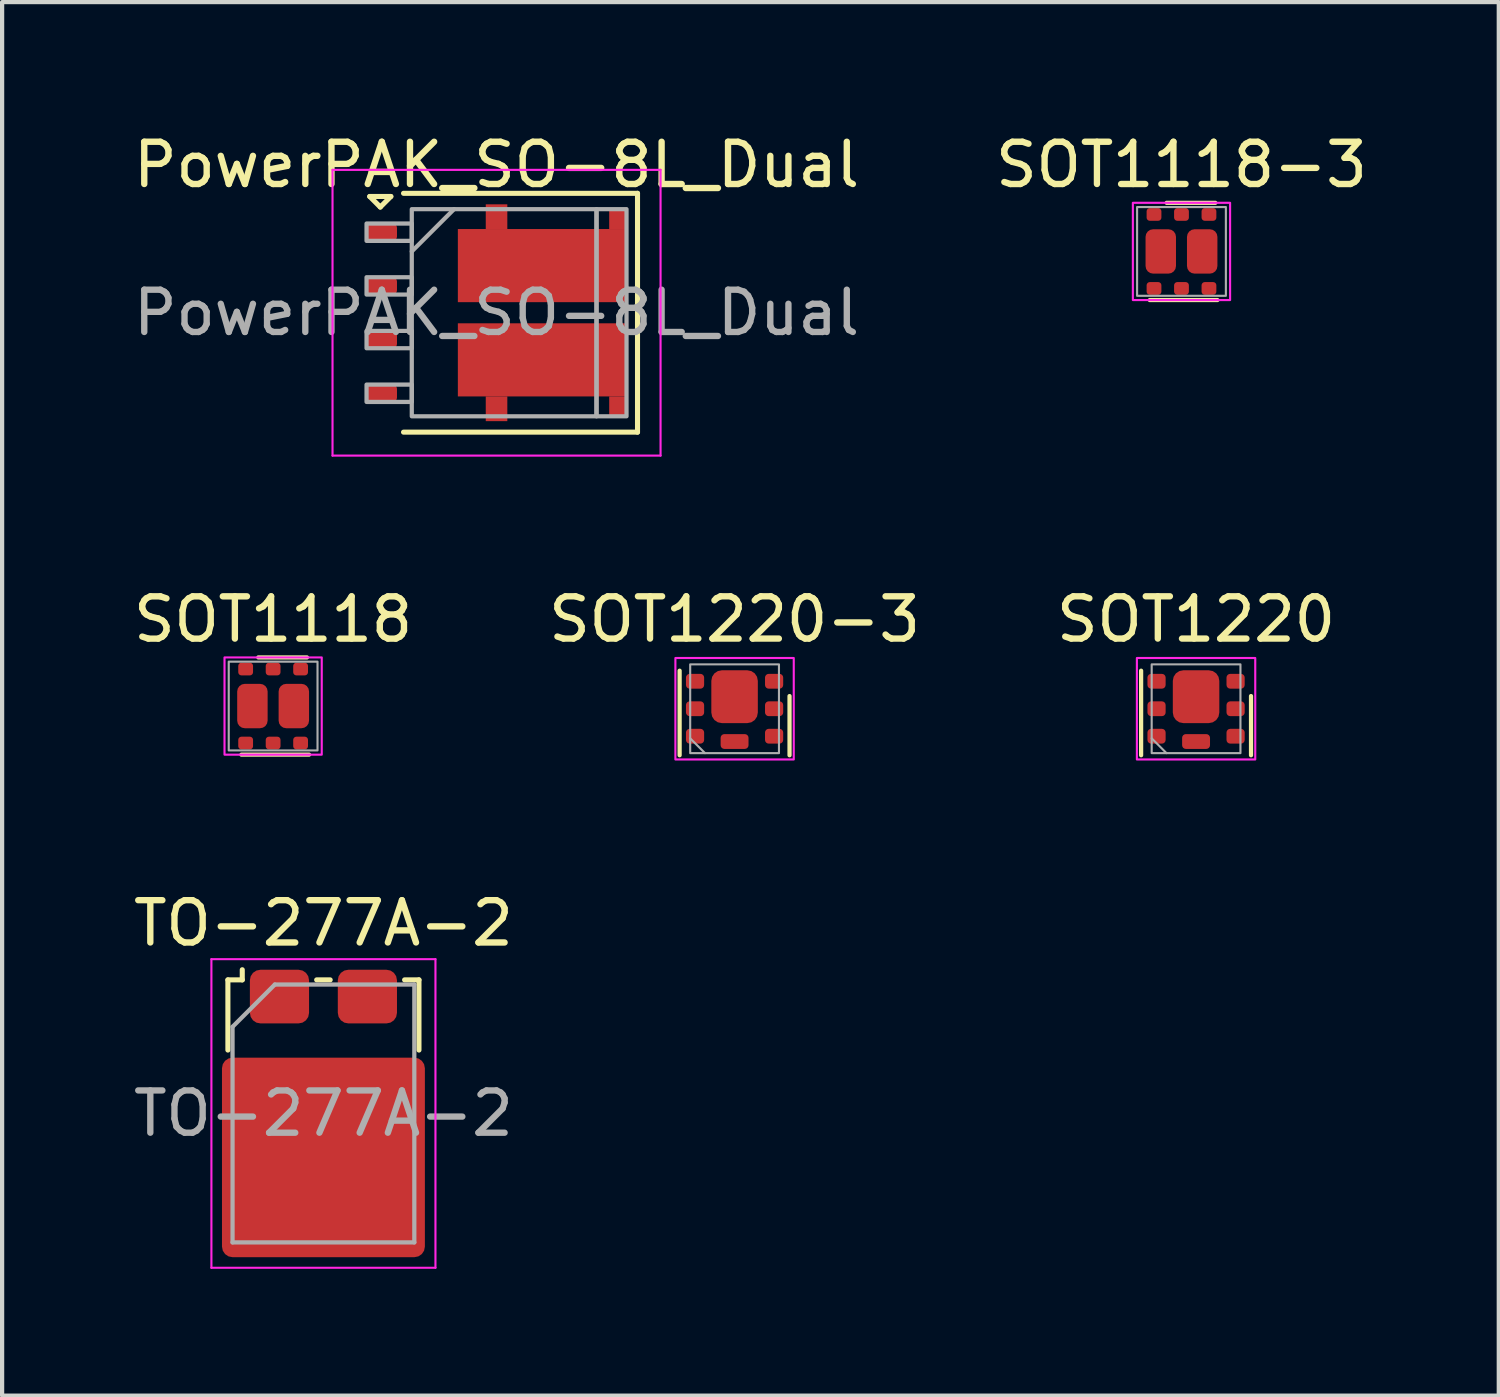
<source format=kicad_pcb>
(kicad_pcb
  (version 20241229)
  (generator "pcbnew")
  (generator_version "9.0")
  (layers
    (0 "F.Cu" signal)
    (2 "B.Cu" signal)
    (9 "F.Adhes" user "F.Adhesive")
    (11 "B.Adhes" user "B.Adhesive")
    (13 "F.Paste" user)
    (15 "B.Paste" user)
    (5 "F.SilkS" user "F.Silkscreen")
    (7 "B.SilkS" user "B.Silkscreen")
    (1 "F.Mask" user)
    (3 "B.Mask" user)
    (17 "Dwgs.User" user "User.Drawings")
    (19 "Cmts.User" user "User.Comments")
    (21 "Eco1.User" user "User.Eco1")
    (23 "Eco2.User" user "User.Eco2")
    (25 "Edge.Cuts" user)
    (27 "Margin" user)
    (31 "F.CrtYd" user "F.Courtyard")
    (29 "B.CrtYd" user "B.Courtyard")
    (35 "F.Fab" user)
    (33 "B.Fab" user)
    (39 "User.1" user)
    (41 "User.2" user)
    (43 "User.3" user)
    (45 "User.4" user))
  (footprint "TO-277A-2"
    (layer "F.Cu")
    (at 4.601 23.29)
    (property "Reference" "TO-277A-2" (at 0 -4.5 180) (layer "F.SilkS") (effects (font (size 1 1) (thickness 0.15))))
    (attr smd)
    (fp_line (start -2.26 -3.16) (end -2.26 -1.5) (stroke (width 0.12) (type solid)) (layer "F.SilkS"))
    (fp_line (start -1.92 -3.4) (end -1.92 -3.16) (stroke (width 0.12) (type solid)) (layer "F.SilkS"))
    (fp_line (start -1.92 -3.16) (end -2.26 -3.16) (stroke (width 0.12) (type solid)) (layer "F.SilkS"))
    (fp_line (start -0.16 -3.16) (end 0.16 -3.16) (stroke (width 0.12) (type solid)) (layer "F.SilkS"))
    (fp_line (start 2.26 -3.16) (end 1.92 -3.16) (stroke (width 0.12) (type solid)) (layer "F.SilkS"))
    (fp_line (start 2.26 -1.5) (end 2.26 -3.16) (stroke (width 0.12) (type solid)) (layer "F.SilkS"))
    (fp_line (start -2.65 -3.65) (end -2.65 3.65) (stroke (width 0.05) (type solid)) (layer "F.CrtYd"))
    (fp_line (start -2.65 -3.65) (end 2.65 -3.65) (stroke (width 0.05) (type solid)) (layer "F.CrtYd"))
    (fp_line (start 2.65 3.65) (end -2.65 3.65) (stroke (width 0.05) (type solid)) (layer "F.CrtYd"))
    (fp_line (start 2.65 3.65) (end 2.65 -3.65) (stroke (width 0.05) (type solid)) (layer "F.CrtYd"))
    (fp_line (start -2.15 -2.05) (end -2.15 3.05) (stroke (width 0.1) (type solid)) (layer "F.Fab"))
    (fp_line (start -2.15 3.05) (end 2.15 3.05) (stroke (width 0.1) (type solid)) (layer "F.Fab"))
    (fp_line (start -1.15 -3.05) (end -2.15 -2.05) (stroke (width 0.1) (type solid)) (layer "F.Fab"))
    (fp_line (start 2.15 -3.05) (end -1.15 -3.05) (stroke (width 0.1) (type solid)) (layer "F.Fab"))
    (fp_line (start 2.15 3.05) (end 2.15 -3.05) (stroke (width 0.1) (type solid)) (layer "F.Fab"))
    (fp_text user "${REFERENCE}" (at 0 0 0) (layer "F.Fab") (effects (font (size 1 1) (thickness 0.15))))
    (pad "" smd rect (at -1.7 -0.65 180) (size 1.25 1.2) (layers "F.Paste"))
    (pad "" smd rect (at -1.7 1.04) (size 1.25 1.2) (layers "F.Paste"))
    (pad "" smd rect (at -1.7 2.7) (size 1.25 1.2) (layers "F.Paste"))
    (pad "" smd rect (at 0 -0.65) (size 1.25 1.2) (layers "F.Paste"))
    (pad "" smd rect (at 0 1.04) (size 1.25 1.2) (layers "F.Paste"))
    (pad "" smd rect (at 0 2.7) (size 1.25 1.2) (layers "F.Paste"))
    (pad "" smd rect (at 1.7 -0.65) (size 1.25 1.2) (layers "F.Paste"))
    (pad "" smd rect (at 1.7 1.04) (size 1.25 1.2) (layers "F.Paste"))
    (pad "" smd rect (at 1.7 2.7) (size 1.25 1.2) (layers "F.Paste"))
    (pad "1" smd roundrect (at 0 1.04) (size 4.8 4.72) (layers "F.Cu" "F.Mask") (roundrect_rratio 0.053))
    (pad "2" smd roundrect (at -1.04 -2.765) (size 1.4 1.27) (layers "F.Cu" "F.Mask" "F.Paste") (roundrect_rratio 0.197))
    (pad "2" smd roundrect (at 1.04 -2.765) (size 1.4 1.27) (layers "F.Cu" "F.Mask" "F.Paste") (roundrect_rratio 0.197)))
  (footprint "SOT1118"
    (layer "F.Cu")
    (at 3.411 13.652)
    (property "Reference" "SOT1118" (at 0 -2.05 0) (unlocked yes) (layer "F.SilkS") (effects (font (size 1 1) (thickness 0.15))))
    (attr smd)
    (fp_line (start 0.8 -1.15) (end -0.35 -1.15) (stroke (width 0.1) (type default)) (layer "F.SilkS"))
    (fp_line (start 0.85 1.15) (end -0.75 1.15) (stroke (width 0.1) (type default)) (layer "F.SilkS"))
    (fp_rect (start -1.15 -1.15) (end 1.15 1.15) (stroke (width 0.05) (type default)) (fill no) (layer "F.CrtYd"))
    (fp_rect (start -1.05 -1.05) (end 1.05 1.05) (stroke (width 0.05) (type default)) (fill no) (layer "F.Fab"))
    (pad "1" smd roundrect (at -0.65 0.875 90) (size 0.3 0.35) (layers "F.Cu" "F.Mask" "F.Paste") (roundrect_rratio 0.25))
    (pad "2" smd roundrect (at 0 0.875 90) (size 0.3 0.35) (layers "F.Cu" "F.Mask" "F.Paste") (roundrect_rratio 0.25))
    (pad "3" smd roundrect (at 0.65 0.875 90) (size 0.3 0.35) (layers "F.Cu" "F.Mask" "F.Paste") (roundrect_rratio 0.25))
    (pad "4" smd roundrect (at 0.65 -0.875 90) (size 0.3 0.35) (layers "F.Cu" "F.Mask" "F.Paste") (roundrect_rratio 0.25))
    (pad "5" smd roundrect (at 0 -0.875 90) (size 0.3 0.35) (layers "F.Cu" "F.Mask" "F.Paste") (roundrect_rratio 0.25))
    (pad "6" smd roundrect (at -0.65 -0.875 90) (size 0.3 0.35) (layers "F.Cu" "F.Mask" "F.Paste") (roundrect_rratio 0.25))
    (pad "7" smd roundrect (at -0.49 0) (size 0.72 1.05) (layers "F.Cu" "F.Mask" "F.Paste") (roundrect_rratio 0.25))
    (pad "8" smd roundrect (at 0.49 0) (size 0.72 1.05) (layers "F.Cu" "F.Mask" "F.Paste") (roundrect_rratio 0.25)))
  (footprint "PowerPAK_SO-8L_Dual"
    (layer "F.Cu")
    (at 8.696 4.348)
    (property "Reference" "PowerPAK_SO-8L_Dual" (at 0 -3.5 0) (layer "F.SilkS") (effects (font (size 1 1) (thickness 0.15))))
    (attr smd)
    (fp_line (start -3 -2.75) (end -2.5 -2.75) (stroke (width 0.12) (type default)) (layer "F.SilkS"))
    (fp_line (start -2.75 -2.5) (end -3 -2.75) (stroke (width 0.12) (type default)) (layer "F.SilkS"))
    (fp_line (start -2.5 -2.75) (end -2.75 -2.5) (stroke (width 0.12) (type default)) (layer "F.SilkS"))
    (fp_line (start -2.2 -2.825) (end 3.335 -2.825) (stroke (width 0.12) (type solid)) (layer "F.SilkS"))
    (fp_line (start -2.2 2.825) (end 3.335 2.825) (stroke (width 0.12) (type solid)) (layer "F.SilkS"))
    (fp_line (start 3.335 -2.825) (end 3.335 2.825) (stroke (width 0.12) (type solid)) (layer "F.SilkS"))
    (fp_line (start -3.88 -3.38) (end -3.88 3.38) (stroke (width 0.05) (type solid)) (layer "F.CrtYd"))
    (fp_line (start -3.88 -3.38) (end 3.88 -3.38) (stroke (width 0.05) (type solid)) (layer "F.CrtYd"))
    (fp_line (start -3.88 3.38) (end 3.88 3.38) (stroke (width 0.05) (type solid)) (layer "F.CrtYd"))
    (fp_line (start 3.88 -3.38) (end 3.88 3.38) (stroke (width 0.05) (type solid)) (layer "F.CrtYd"))
    (fp_line (start -2.005 -1.45) (end -1.005 -2.45) (stroke (width 0.1) (type default)) (layer "F.Fab"))
    (fp_rect (start -3.075 -2.11) (end -2.005 -1.7) (stroke (width 0.1) (type default)) (fill no) (layer "F.Fab"))
    (fp_rect (start -3.075 -0.84) (end -2.005 -0.43) (stroke (width 0.1) (type default)) (fill no) (layer "F.Fab"))
    (fp_rect (start -3.075 0.43) (end -2.005 0.84) (stroke (width 0.1) (type default)) (fill no) (layer "F.Fab"))
    (fp_rect (start -3.075 1.7) (end -2.005 2.11) (stroke (width 0.1) (type default)) (fill no) (layer "F.Fab"))
    (fp_rect (start -2.005 -2.45) (end 2.365 2.45) (stroke (width 0.1) (type default)) (fill no) (layer "F.Fab"))
    (fp_rect (start 2.365 -2.45) (end 3.075 2.45) (stroke (width 0.1) (type default)) (fill no) (layer "F.Fab"))
    (fp_text user "${REFERENCE}" (at 0 0 0) (layer "F.Fab") (effects (font (size 1 1) (thickness 0.15))))
    (pad "" smd roundrect (at -0.01 1.1) (size 1.645 1.4) (layers "F.Paste") (roundrect_rratio 0.25))
    (pad "" smd roundrect (at 0 -1.1) (size 1.645 1.4) (layers "F.Paste") (roundrect_rratio 0.25))
    (pad "" smd roundrect (at 2.1 -1.1) (size 1.645 1.4) (layers "F.Paste") (roundrect_rratio 0.25))
    (pad "" smd roundrect (at 2.1 1.1) (size 1.645 1.4) (layers "F.Paste") (roundrect_rratio 0.25))
    (pad "1" smd roundrect (at -2.715 -1.905) (size 0.72 0.41) (layers "F.Cu" "F.Mask" "F.Paste") (roundrect_rratio 0.25))
    (pad "2" smd roundrect (at -2.715 -0.635) (size 0.72 0.41) (layers "F.Cu" "F.Mask" "F.Paste") (roundrect_rratio 0.25))
    (pad "3" smd roundrect (at -2.715 0.635) (size 0.72 0.41) (layers "F.Cu" "F.Mask" "F.Paste") (roundrect_rratio 0.25))
    (pad "4" smd roundrect (at -2.715 1.905) (size 0.72 0.41) (layers "F.Cu" "F.Mask" "F.Paste") (roundrect_rratio 0.25))
    (pad "5" smd rect (at 0 2.272) (size 0.51 0.585) (layers "F.Cu" "F.Mask" "F.Paste"))
    (pad "5" smd rect (at 1.08 1.115) (size 3.99 1.73) (layers "F.Cu" "F.Mask"))
    (pad "5" smd rect (at 2.87 2.215) (size 0.41 0.47) (layers "F.Cu" "F.Mask" "F.Paste"))
    (pad "6" smd rect (at 0 -2.272) (size 0.51 0.585) (layers "F.Cu" "F.Mask" "F.Paste"))
    (pad "6" smd rect (at 1.08 -1.115) (size 3.99 1.73) (layers "F.Cu" "F.Mask"))
    (pad "6" smd rect (at 2.87 -2.215) (size 0.41 0.47) (layers "F.Cu" "F.Mask" "F.Paste")))
  (footprint "SOT1220-3"
    (layer "F.Cu")
    (at 14.327 13.716)
    (property "Reference" "SOT1220-3" (at 0 -2.115 0) (unlocked yes) (layer "F.SilkS") (effects (font (size 1 1) (thickness 0.15))))
    (attr smd)
    (fp_line (start -1.3 1.1) (end -1.3 -0.9) (stroke (width 0.1) (type default)) (layer "F.SilkS"))
    (fp_line (start 1.3 1.1) (end 1.3 -0.3) (stroke (width 0.1) (type default)) (layer "F.SilkS"))
    (fp_rect (start -1.4 -1.2) (end 1.4 1.2) (stroke (width 0.05) (type default)) (fill no) (layer "F.CrtYd"))
    (fp_line (start -1.05 0.7) (end -0.7 1.05) (stroke (width 0.05) (type default)) (layer "F.Fab"))
    (fp_rect (start -1.05 -1.05) (end 1.05 1.05) (stroke (width 0.05) (type default)) (fill no) (layer "F.Fab"))
    (pad "1" smd roundrect (at -0.935 -0.65) (size 0.43 0.35) (layers "F.Cu" "F.Mask" "F.Paste") (roundrect_rratio 0.25))
    (pad "1" smd roundrect (at -0.935 0) (size 0.43 0.35) (layers "F.Cu" "F.Mask" "F.Paste") (roundrect_rratio 0.25))
    (pad "1" smd roundrect (at 0 -0.285) (size 1.1 1.25) (layers "F.Cu" "F.Mask" "F.Paste") (roundrect_rratio 0.227))
    (pad "1" smd roundrect (at 0.935 -0.65) (size 0.43 0.35) (layers "F.Cu" "F.Mask" "F.Paste") (roundrect_rratio 0.25))
    (pad "1" smd roundrect (at 0.935 0) (size 0.43 0.35) (layers "F.Cu" "F.Mask" "F.Paste") (roundrect_rratio 0.25))
    (pad "2" smd roundrect (at -0.935 0.65) (size 0.43 0.35) (layers "F.Cu" "F.Mask" "F.Paste") (roundrect_rratio 0.25))
    (pad "3" smd roundrect (at 0 0.775) (size 0.66 0.35) (layers "F.Cu" "F.Mask" "F.Paste") (roundrect_rratio 0.25))
    (pad "3" smd roundrect (at 0.935 0.65) (size 0.43 0.35) (layers "F.Cu" "F.Mask" "F.Paste") (roundrect_rratio 0.25)))
  (footprint "SOT1118-3"
    (layer "F.Cu")
    (at 24.899 2.898)
    (property "Reference" "SOT1118-3" (at 0 -2.05 0) (unlocked yes) (layer "F.SilkS") (effects (font (size 1 1) (thickness 0.15))))
    (attr smd)
    (fp_line (start 0.8 -1.15) (end -0.35 -1.15) (stroke (width 0.1) (type default)) (layer "F.SilkS"))
    (fp_line (start 0.85 1.15) (end -0.75 1.15) (stroke (width 0.1) (type default)) (layer "F.SilkS"))
    (fp_rect (start -1.15 -1.15) (end 1.15 1.15) (stroke (width 0.05) (type default)) (fill no) (layer "F.CrtYd"))
    (fp_rect (start -1.05 -1.05) (end 1.05 1.05) (stroke (width 0.05) (type default)) (fill no) (layer "F.Fab"))
    (pad "1" smd roundrect (at -0.65 0.875 90) (size 0.3 0.35) (layers "F.Cu" "F.Mask" "F.Paste") (roundrect_rratio 0.25))
    (pad "2" smd roundrect (at 0 0.875 90) (size 0.3 0.35) (layers "F.Cu" "F.Mask" "F.Paste") (roundrect_rratio 0.25))
    (pad "3" smd roundrect (at 0.49 0) (size 0.72 1.05) (layers "F.Cu" "F.Mask" "F.Paste") (roundrect_rratio 0.25))
    (pad "3" smd roundrect (at 0.65 0.875 90) (size 0.3 0.35) (layers "F.Cu" "F.Mask" "F.Paste") (roundrect_rratio 0.25))
    (pad "4" smd roundrect (at 0.65 -0.875 90) (size 0.3 0.35) (layers "F.Cu" "F.Mask" "F.Paste") (roundrect_rratio 0.25))
    (pad "5" smd roundrect (at 0 -0.875 90) (size 0.3 0.35) (layers "F.Cu" "F.Mask" "F.Paste") (roundrect_rratio 0.25))
    (pad "6" smd roundrect (at -0.65 -0.875 90) (size 0.3 0.35) (layers "F.Cu" "F.Mask" "F.Paste") (roundrect_rratio 0.25))
    (pad "6" smd roundrect (at -0.49 0) (size 0.72 1.05) (layers "F.Cu" "F.Mask" "F.Paste") (roundrect_rratio 0.25)))
  (footprint "SOT1220"
    (layer "F.Cu")
    (at 25.244 13.716)
    (property "Reference" "SOT1220" (at 0 -2.115 0) (unlocked yes) (layer "F.SilkS") (effects (font (size 1 1) (thickness 0.15))))
    (attr smd)
    (fp_line (start -1.3 1.1) (end -1.3 -0.9) (stroke (width 0.1) (type default)) (layer "F.SilkS"))
    (fp_line (start 1.3 1.1) (end 1.3 -0.3) (stroke (width 0.1) (type default)) (layer "F.SilkS"))
    (fp_rect (start -1.4 -1.2) (end 1.4 1.2) (stroke (width 0.05) (type default)) (fill no) (layer "F.CrtYd"))
    (fp_line (start -1.05 0.7) (end -0.7 1.05) (stroke (width 0.05) (type default)) (layer "F.Fab"))
    (fp_rect (start -1.05 -1.05) (end 1.05 1.05) (stroke (width 0.05) (type default)) (fill no) (layer "F.Fab"))
    (pad "1" smd roundrect (at -0.935 -0.65) (size 0.43 0.35) (layers "F.Cu" "F.Mask" "F.Paste") (roundrect_rratio 0.25))
    (pad "2" smd roundrect (at -0.935 0) (size 0.43 0.35) (layers "F.Cu" "F.Mask" "F.Paste") (roundrect_rratio 0.25))
    (pad "3" smd roundrect (at -0.935 0.65) (size 0.43 0.35) (layers "F.Cu" "F.Mask" "F.Paste") (roundrect_rratio 0.25))
    (pad "4" smd roundrect (at 0.935 0.65) (size 0.43 0.35) (layers "F.Cu" "F.Mask" "F.Paste") (roundrect_rratio 0.25))
    (pad "5" smd roundrect (at 0.935 0) (size 0.43 0.35) (layers "F.Cu" "F.Mask" "F.Paste") (roundrect_rratio 0.25))
    (pad "6" smd roundrect (at 0.935 -0.65) (size 0.43 0.35) (layers "F.Cu" "F.Mask" "F.Paste") (roundrect_rratio 0.25))
    (pad "7" smd roundrect (at 0 -0.285) (size 1.1 1.25) (layers "F.Cu" "F.Mask" "F.Paste") (roundrect_rratio 0.227))
    (pad "8" smd roundrect (at 0 0.775) (size 0.66 0.35) (layers "F.Cu" "F.Mask" "F.Paste") (roundrect_rratio 0.25)))
  (gr_rect
    (start -3 -3)
    (end 32.405 29.965)
    (stroke (width 0.1) (type default))
    (fill no)
    (layer "Edge.Cuts")))
</source>
